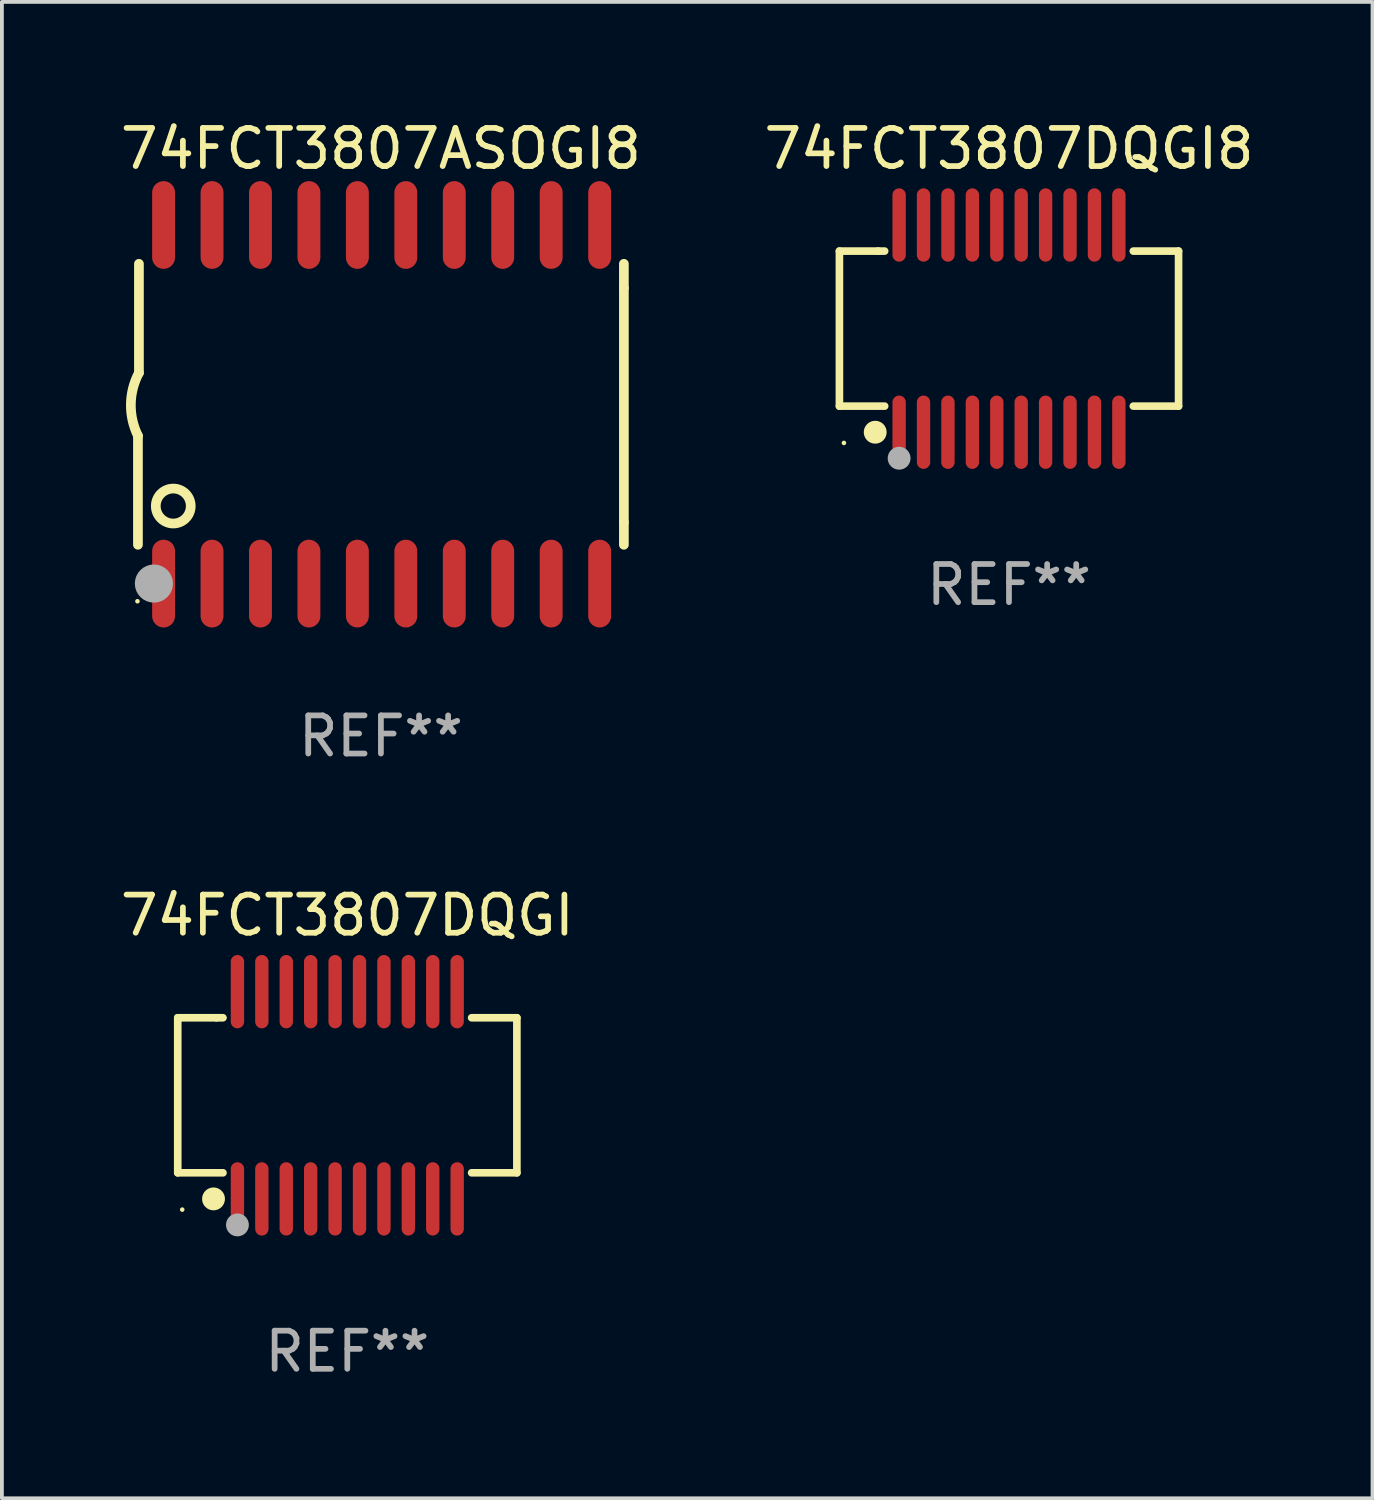
<source format=kicad_pcb>
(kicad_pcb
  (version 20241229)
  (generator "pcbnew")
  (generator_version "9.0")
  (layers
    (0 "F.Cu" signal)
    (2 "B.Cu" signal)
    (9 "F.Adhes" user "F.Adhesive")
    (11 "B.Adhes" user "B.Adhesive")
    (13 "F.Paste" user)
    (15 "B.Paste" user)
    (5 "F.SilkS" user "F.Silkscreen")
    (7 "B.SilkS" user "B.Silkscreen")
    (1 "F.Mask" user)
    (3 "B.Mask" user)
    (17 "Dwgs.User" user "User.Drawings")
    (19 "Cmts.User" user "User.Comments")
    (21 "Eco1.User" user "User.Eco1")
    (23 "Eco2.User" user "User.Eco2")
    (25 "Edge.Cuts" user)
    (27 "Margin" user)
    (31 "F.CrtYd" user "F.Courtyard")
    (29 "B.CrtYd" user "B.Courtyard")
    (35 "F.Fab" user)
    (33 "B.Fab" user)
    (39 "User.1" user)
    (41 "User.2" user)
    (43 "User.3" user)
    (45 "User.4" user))
  (footprint "74FCT3807DQGI8"
    (layer "F.Cu")
    (at 23.399 5.564)
    (property "Reference" "74FCT3807DQGI8" (at 0 -4.716 0) (layer "F.SilkS") (effects (font (size 1 1) (thickness 0.15))))
    (attr through_hole)
    (fp_line (start -4.445 -2.032) (end -4.445 2.032) (stroke (width 0.2) (type solid)) (layer "F.SilkS"))
    (fp_line (start -4.445 2.032) (end -3.259 2.032) (stroke (width 0.2) (type solid)) (layer "F.SilkS"))
    (fp_line (start -3.429 -2.032) (end -4.445 -2.032) (stroke (width 0.2) (type solid)) (layer "F.SilkS"))
    (fp_line (start -3.259 -2.032) (end -3.429 -2.032) (stroke (width 0.2) (type solid)) (layer "F.SilkS"))
    (fp_line (start 3.259 2.032) (end 4.445 2.032) (stroke (width 0.2) (type solid)) (layer "F.SilkS"))
    (fp_line (start 4.445 -2.032) (end 3.259 -2.032) (stroke (width 0.2) (type solid)) (layer "F.SilkS"))
    (fp_line (start 4.445 2.032) (end 4.445 -2.032) (stroke (width 0.2) (type solid)) (layer "F.SilkS"))
    (fp_circle (center -4.327 2.997) (end -4.297 2.997) (stroke (width 0.06) (type solid)) (fill no) (layer "F.SilkS"))
    (fp_circle (center -3.507 2.716) (end -3.357 2.716) (stroke (width 0.3) (type solid)) (fill no) (layer "F.SilkS"))
    (fp_circle (center -2.88 3.398) (end -2.73 3.398) (stroke (width 0.3) (type solid)) (fill no) (layer "F.Fab"))
    (fp_text user "REF**" (at 0 6.716 0) (layer "F.Fab") (effects (font (size 1 1) (thickness 0.15))))
    (pad "1" smd oval (at -2.88 2.716) (size 0.35 1.922) (layers "F.Cu" "F.Mask" "F.Paste"))
    (pad "2" smd oval (at -2.24 2.716) (size 0.35 1.922) (layers "F.Cu" "F.Mask" "F.Paste"))
    (pad "3" smd oval (at -1.6 2.716) (size 0.35 1.922) (layers "F.Cu" "F.Mask" "F.Paste"))
    (pad "4" smd oval (at -0.96 2.716) (size 0.35 1.922) (layers "F.Cu" "F.Mask" "F.Paste"))
    (pad "5" smd oval (at -0.32 2.716) (size 0.35 1.922) (layers "F.Cu" "F.Mask" "F.Paste"))
    (pad "6" smd oval (at 0.32 2.716) (size 0.35 1.922) (layers "F.Cu" "F.Mask" "F.Paste"))
    (pad "7" smd oval (at 0.96 2.716) (size 0.35 1.922) (layers "F.Cu" "F.Mask" "F.Paste"))
    (pad "8" smd oval (at 1.6 2.716) (size 0.35 1.922) (layers "F.Cu" "F.Mask" "F.Paste"))
    (pad "9" smd oval (at 2.24 2.716) (size 0.35 1.922) (layers "F.Cu" "F.Mask" "F.Paste"))
    (pad "10" smd oval (at 2.88 2.716) (size 0.35 1.922) (layers "F.Cu" "F.Mask" "F.Paste"))
    (pad "11" smd oval (at 2.88 -2.716) (size 0.35 1.922) (layers "F.Cu" "F.Mask" "F.Paste"))
    (pad "12" smd oval (at 2.24 -2.716) (size 0.35 1.922) (layers "F.Cu" "F.Mask" "F.Paste"))
    (pad "13" smd oval (at 1.6 -2.716) (size 0.35 1.922) (layers "F.Cu" "F.Mask" "F.Paste"))
    (pad "14" smd oval (at 0.96 -2.716) (size 0.35 1.922) (layers "F.Cu" "F.Mask" "F.Paste"))
    (pad "15" smd oval (at 0.32 -2.716) (size 0.35 1.922) (layers "F.Cu" "F.Mask" "F.Paste"))
    (pad "16" smd oval (at -0.32 -2.716) (size 0.35 1.922) (layers "F.Cu" "F.Mask" "F.Paste"))
    (pad "17" smd oval (at -0.96 -2.716) (size 0.35 1.922) (layers "F.Cu" "F.Mask" "F.Paste"))
    (pad "18" smd oval (at -1.6 -2.716) (size 0.35 1.922) (layers "F.Cu" "F.Mask" "F.Paste"))
    (pad "19" smd oval (at -2.24 -2.716) (size 0.35 1.922) (layers "F.Cu" "F.Mask" "F.Paste"))
    (pad "20" smd oval (at -2.88 -2.716) (size 0.35 1.922) (layers "F.Cu" "F.Mask" "F.Paste")))
  (footprint "74FCT3807DQGI"
    (layer "F.Cu")
    (at 6.054 25.661)
    (property "Reference" "74FCT3807DQGI" (at 0 -4.716 0) (layer "F.SilkS") (effects (font (size 1 1) (thickness 0.15))))
    (attr through_hole)
    (fp_line (start -4.445 -2.032) (end -4.445 2.032) (stroke (width 0.2) (type solid)) (layer "F.SilkS"))
    (fp_line (start -4.445 2.032) (end -3.259 2.032) (stroke (width 0.2) (type solid)) (layer "F.SilkS"))
    (fp_line (start -3.429 -2.032) (end -4.445 -2.032) (stroke (width 0.2) (type solid)) (layer "F.SilkS"))
    (fp_line (start -3.259 -2.032) (end -3.429 -2.032) (stroke (width 0.2) (type solid)) (layer "F.SilkS"))
    (fp_line (start 3.259 2.032) (end 4.445 2.032) (stroke (width 0.2) (type solid)) (layer "F.SilkS"))
    (fp_line (start 4.445 -2.032) (end 3.259 -2.032) (stroke (width 0.2) (type solid)) (layer "F.SilkS"))
    (fp_line (start 4.445 2.032) (end 4.445 -2.032) (stroke (width 0.2) (type solid)) (layer "F.SilkS"))
    (fp_circle (center -4.327 2.997) (end -4.297 2.997) (stroke (width 0.06) (type solid)) (fill no) (layer "F.SilkS"))
    (fp_circle (center -3.507 2.716) (end -3.357 2.716) (stroke (width 0.3) (type solid)) (fill no) (layer "F.SilkS"))
    (fp_circle (center -2.88 3.398) (end -2.73 3.398) (stroke (width 0.3) (type solid)) (fill no) (layer "F.Fab"))
    (fp_text user "REF**" (at 0 6.716 0) (layer "F.Fab") (effects (font (size 1 1) (thickness 0.15))))
    (pad "1" smd oval (at -2.88 2.716) (size 0.35 1.922) (layers "F.Cu" "F.Mask" "F.Paste"))
    (pad "2" smd oval (at -2.24 2.716) (size 0.35 1.922) (layers "F.Cu" "F.Mask" "F.Paste"))
    (pad "3" smd oval (at -1.6 2.716) (size 0.35 1.922) (layers "F.Cu" "F.Mask" "F.Paste"))
    (pad "4" smd oval (at -0.96 2.716) (size 0.35 1.922) (layers "F.Cu" "F.Mask" "F.Paste"))
    (pad "5" smd oval (at -0.32 2.716) (size 0.35 1.922) (layers "F.Cu" "F.Mask" "F.Paste"))
    (pad "6" smd oval (at 0.32 2.716) (size 0.35 1.922) (layers "F.Cu" "F.Mask" "F.Paste"))
    (pad "7" smd oval (at 0.96 2.716) (size 0.35 1.922) (layers "F.Cu" "F.Mask" "F.Paste"))
    (pad "8" smd oval (at 1.6 2.716) (size 0.35 1.922) (layers "F.Cu" "F.Mask" "F.Paste"))
    (pad "9" smd oval (at 2.24 2.716) (size 0.35 1.922) (layers "F.Cu" "F.Mask" "F.Paste"))
    (pad "10" smd oval (at 2.88 2.716) (size 0.35 1.922) (layers "F.Cu" "F.Mask" "F.Paste"))
    (pad "11" smd oval (at 2.88 -2.716) (size 0.35 1.922) (layers "F.Cu" "F.Mask" "F.Paste"))
    (pad "12" smd oval (at 2.24 -2.716) (size 0.35 1.922) (layers "F.Cu" "F.Mask" "F.Paste"))
    (pad "13" smd oval (at 1.6 -2.716) (size 0.35 1.922) (layers "F.Cu" "F.Mask" "F.Paste"))
    (pad "14" smd oval (at 0.96 -2.716) (size 0.35 1.922) (layers "F.Cu" "F.Mask" "F.Paste"))
    (pad "15" smd oval (at 0.32 -2.716) (size 0.35 1.922) (layers "F.Cu" "F.Mask" "F.Paste"))
    (pad "16" smd oval (at -0.32 -2.716) (size 0.35 1.922) (layers "F.Cu" "F.Mask" "F.Paste"))
    (pad "17" smd oval (at -0.96 -2.716) (size 0.35 1.922) (layers "F.Cu" "F.Mask" "F.Paste"))
    (pad "18" smd oval (at -1.6 -2.716) (size 0.35 1.922) (layers "F.Cu" "F.Mask" "F.Paste"))
    (pad "19" smd oval (at -2.24 -2.716) (size 0.35 1.922) (layers "F.Cu" "F.Mask" "F.Paste"))
    (pad "20" smd oval (at -2.88 -2.716) (size 0.35 1.922) (layers "F.Cu" "F.Mask" "F.Paste")))
  (footprint "74FCT3807ASOGI8"
    (layer "F.Cu")
    (at 6.935 7.548)
    (property "Reference" "74FCT3807ASOGI8" (at 0 -6.7 0) (layer "F.SilkS") (effects (font (size 1 1) (thickness 0.15))))
    (attr through_hole)
    (fp_line (start -6.369 0.826) (end -6.369 3.683) (stroke (width 0.254) (type solid)) (layer "F.SilkS"))
    (fp_line (start -6.343 -0.825) (end -6.343 -3.683) (stroke (width 0.254) (type solid)) (layer "F.SilkS"))
    (fp_line (start 6.369 -3.048) (end 6.369 -3.683) (stroke (width 0.254) (type solid)) (layer "F.SilkS"))
    (fp_line (start 6.369 -3.048) (end 6.369 3.096) (stroke (width 0.254) (type solid)) (layer "F.SilkS"))
    (fp_line (start 6.369 3.096) (end 6.369 3.683) (stroke (width 0.254) (type solid)) (layer "F.SilkS"))
    (fp_arc (start -6.36853 0.825552) (mid -6.554743 -0.00301) (end -6.343129 -0.825451) (stroke (width 0.254001) (type solid)) (layer "F.SilkS"))
    (fp_circle (center -6.382 5.163) (end -6.352 5.163) (stroke (width 0.06) (type solid)) (fill no) (layer "F.SilkS"))
    (fp_circle (center -5.443 2.667) (end -4.985 2.667) (stroke (width 0.254) (type solid)) (fill no) (layer "F.SilkS"))
    (fp_circle (center -5.951 4.699) (end -5.701 4.699) (stroke (width 0.5) (type solid)) (fill no) (layer "F.Fab"))
    (fp_text user "REF**" (at 0 8.7 0) (layer "F.Fab") (effects (font (size 1 1) (thickness 0.15))))
    (pad "1" smd oval (at -5.697 4.7 180) (size 0.6 2.3) (layers "F.Cu" "F.Mask" "F.Paste"))
    (pad "2" smd oval (at -4.427 4.7 180) (size 0.6 2.3) (layers "F.Cu" "F.Mask" "F.Paste"))
    (pad "3" smd oval (at -3.157 4.7 180) (size 0.6 2.3) (layers "F.Cu" "F.Mask" "F.Paste"))
    (pad "4" smd oval (at -1.887 4.7 180) (size 0.6 2.3) (layers "F.Cu" "F.Mask" "F.Paste"))
    (pad "5" smd oval (at -0.617 4.7 180) (size 0.6 2.3) (layers "F.Cu" "F.Mask" "F.Paste"))
    (pad "6" smd oval (at 0.653 4.7 180) (size 0.6 2.3) (layers "F.Cu" "F.Mask" "F.Paste"))
    (pad "7" smd oval (at 1.923 4.7 180) (size 0.6 2.3) (layers "F.Cu" "F.Mask" "F.Paste"))
    (pad "8" smd oval (at 3.193 4.7 180) (size 0.6 2.3) (layers "F.Cu" "F.Mask" "F.Paste"))
    (pad "9" smd oval (at 4.463 4.7 180) (size 0.6 2.3) (layers "F.Cu" "F.Mask" "F.Paste"))
    (pad "10" smd oval (at 5.734 4.7 180) (size 0.6 2.3) (layers "F.Cu" "F.Mask" "F.Paste"))
    (pad "11" smd oval (at 5.734 -4.7 180) (size 0.6 2.3) (layers "F.Cu" "F.Mask" "F.Paste"))
    (pad "12" smd oval (at 4.463 -4.7 180) (size 0.6 2.3) (layers "F.Cu" "F.Mask" "F.Paste"))
    (pad "13" smd oval (at 3.193 -4.7 180) (size 0.6 2.3) (layers "F.Cu" "F.Mask" "F.Paste"))
    (pad "14" smd oval (at 1.923 -4.7 180) (size 0.6 2.3) (layers "F.Cu" "F.Mask" "F.Paste"))
    (pad "15" smd oval (at 0.653 -4.7 180) (size 0.6 2.3) (layers "F.Cu" "F.Mask" "F.Paste"))
    (pad "16" smd oval (at -0.617 -4.7 180) (size 0.6 2.3) (layers "F.Cu" "F.Mask" "F.Paste"))
    (pad "17" smd oval (at -1.887 -4.7 180) (size 0.6 2.3) (layers "F.Cu" "F.Mask" "F.Paste"))
    (pad "18" smd oval (at -3.157 -4.7 180) (size 0.6 2.3) (layers "F.Cu" "F.Mask" "F.Paste"))
    (pad "19" smd oval (at -4.427 -4.7 180) (size 0.6 2.3) (layers "F.Cu" "F.Mask" "F.Paste"))
    (pad "20" smd oval (at -5.697 -4.7 180) (size 0.6 2.3) (layers "F.Cu" "F.Mask" "F.Paste")))
  (gr_rect
    (start -3 -3)
    (end 32.929 36.225)
    (stroke (width 0.1) (type default))
    (fill no)
    (layer "Edge.Cuts")))
</source>
